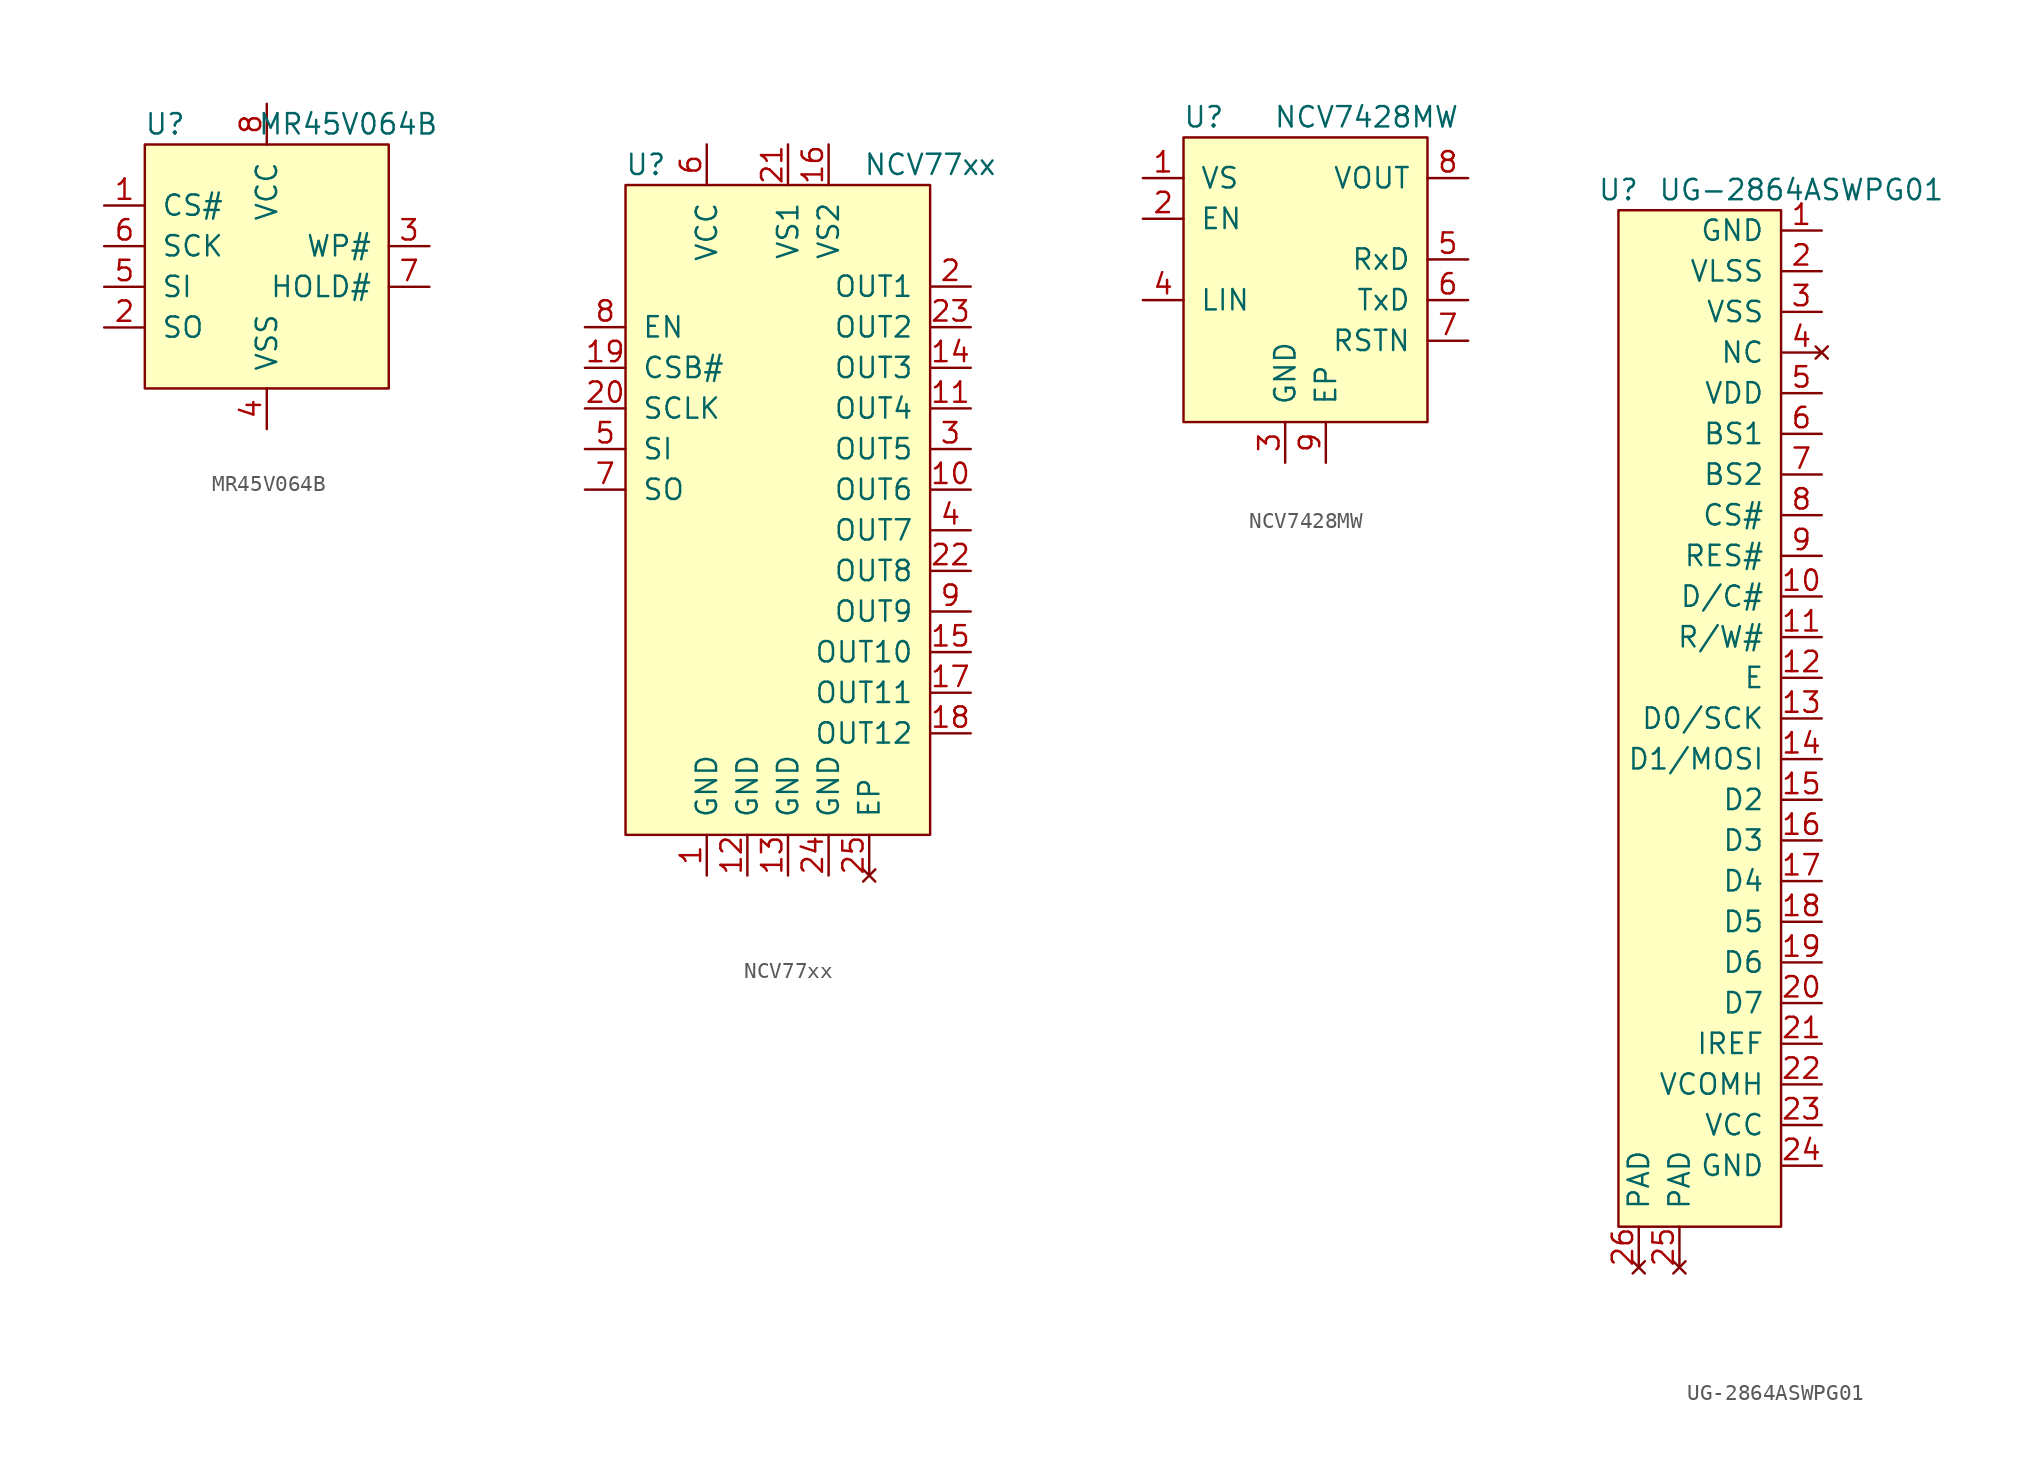
<source format=kicad_sym>
(kicad_symbol_lib
  (version 20211014)
  (generator kicad_symbol_editor)
  (symbol "MR45V064B"
    (pin_names
      (offset 1.016))
    (property "Reference" "U"
      (at -6.35 8.89 0)
      (effects (font (size 1.27 1.27))))
    (property "Value" "MR45V064B"
      (at 5.08 8.89 0)
      (effects (font (size 1.27 1.27))))
    (symbol "MR45V064B_0_1"
      (rectangle (start -7.62 7.62) (end 7.62 -7.62) (stroke (width 0) (type default) (color 0 0 0 0)) (fill (type background))))
    (symbol "MR45V064B_1_1"
      (pin input line (at -10.16 3.81 0) (length 2.54) (name "CS#" (effects (font (size 1.27 1.27)))) (number "1" (effects (font (size 1.27 1.27)))))
      (pin output line (at -10.16 -3.81 0) (length 2.54) (name "SO" (effects (font (size 1.27 1.27)))) (number "2" (effects (font (size 1.27 1.27)))))
      (pin input line (at 10.16 1.27 180) (length 2.54) (name "WP#" (effects (font (size 1.27 1.27)))) (number "3" (effects (font (size 1.27 1.27)))))
      (pin power_in line (at 0 -10.16 90) (length 2.54) (name "VSS" (effects (font (size 1.27 1.27)))) (number "4" (effects (font (size 1.27 1.27)))))
      (pin input line (at -10.16 -1.27 0) (length 2.54) (name "SI" (effects (font (size 1.27 1.27)))) (number "5" (effects (font (size 1.27 1.27)))))
      (pin input line (at -10.16 1.27 0) (length 2.54) (name "SCK" (effects (font (size 1.27 1.27)))) (number "6" (effects (font (size 1.27 1.27)))))
      (pin input line (at 10.16 -1.27 180) (length 2.54) (name "HOLD#" (effects (font (size 1.27 1.27)))) (number "7" (effects (font (size 1.27 1.27)))))
      (pin power_in line (at 0 10.16 270) (length 2.54) (name "VCC" (effects (font (size 1.27 1.27)))) (number "8" (effects (font (size 1.27 1.27)))))))
  (symbol "NCV77xx"
    (pin_names
      (offset 1.016))
    (property "Reference" "U"
      (at -8.89 21.59 0)
      (effects (font (size 1.27 1.27))))
    (property "Value" "NCV77xx"
      (at 8.89 21.59 0)
      (effects (font (size 1.27 1.27))))
    (symbol "NCV77xx_0_1"
      (rectangle (start -10.16 20.32) (end 8.89 -20.32) (stroke (width 0) (type default) (color 0 0 0 0)) (fill (type background))))
    (symbol "NCV77xx_1_1"
      (pin power_in line (at -5.08 -22.86 90) (length 2.54) (name "GND" (effects (font (size 1.27 1.27)))) (number "1" (effects (font (size 1.27 1.27)))))
      (pin output line (at 11.43 1.27 180) (length 2.54) (name "OUT6" (effects (font (size 1.27 1.27)))) (number "10" (effects (font (size 1.27 1.27)))))
      (pin output line (at 11.43 6.35 180) (length 2.54) (name "OUT4" (effects (font (size 1.27 1.27)))) (number "11" (effects (font (size 1.27 1.27)))))
      (pin power_in line (at -2.54 -22.86 90) (length 2.54) (name "GND" (effects (font (size 1.27 1.27)))) (number "12" (effects (font (size 1.27 1.27)))))
      (pin power_in line (at 0 -22.86 90) (length 2.54) (name "GND" (effects (font (size 1.27 1.27)))) (number "13" (effects (font (size 1.27 1.27)))))
      (pin output line (at 11.43 8.89 180) (length 2.54) (name "OUT3" (effects (font (size 1.27 1.27)))) (number "14" (effects (font (size 1.27 1.27)))))
      (pin output line (at 11.43 -8.89 180) (length 2.54) (name "OUT10" (effects (font (size 1.27 1.27)))) (number "15" (effects (font (size 1.27 1.27)))))
      (pin power_in line (at 2.54 22.86 270) (length 2.54) (name "VS2" (effects (font (size 1.27 1.27)))) (number "16" (effects (font (size 1.27 1.27)))))
      (pin output line (at 11.43 -11.43 180) (length 2.54) (name "OUT11" (effects (font (size 1.27 1.27)))) (number "17" (effects (font (size 1.27 1.27)))))
      (pin output line (at 11.43 -13.97 180) (length 2.54) (name "OUT12" (effects (font (size 1.27 1.27)))) (number "18" (effects (font (size 1.27 1.27)))))
      (pin input line (at -12.7 8.89 0) (length 2.54) (name "CSB#" (effects (font (size 1.27 1.27)))) (number "19" (effects (font (size 1.27 1.27)))))
      (pin output line (at 11.43 13.97 180) (length 2.54) (name "OUT1" (effects (font (size 1.27 1.27)))) (number "2" (effects (font (size 1.27 1.27)))))
      (pin input line (at -12.7 6.35 0) (length 2.54) (name "SCLK" (effects (font (size 1.27 1.27)))) (number "20" (effects (font (size 1.27 1.27)))))
      (pin power_in line (at 0 22.86 270) (length 2.54) (name "VS1" (effects (font (size 1.27 1.27)))) (number "21" (effects (font (size 1.27 1.27)))))
      (pin output line (at 11.43 -3.81 180) (length 2.54) (name "OUT8" (effects (font (size 1.27 1.27)))) (number "22" (effects (font (size 1.27 1.27)))))
      (pin output line (at 11.43 11.43 180) (length 2.54) (name "OUT2" (effects (font (size 1.27 1.27)))) (number "23" (effects (font (size 1.27 1.27)))))
      (pin power_in line (at 2.54 -22.86 90) (length 2.54) (name "GND" (effects (font (size 1.27 1.27)))) (number "24" (effects (font (size 1.27 1.27)))))
      (pin no_connect line (at 5.08 -22.86 90) (length 2.54) (name "EP" (effects (font (size 1.27 1.27)))) (number "25" (effects (font (size 1.27 1.27)))))
      (pin output line (at 11.43 3.81 180) (length 2.54) (name "OUT5" (effects (font (size 1.27 1.27)))) (number "3" (effects (font (size 1.27 1.27)))))
      (pin output line (at 11.43 -1.27 180) (length 2.54) (name "OUT7" (effects (font (size 1.27 1.27)))) (number "4" (effects (font (size 1.27 1.27)))))
      (pin input line (at -12.7 3.81 0) (length 2.54) (name "SI" (effects (font (size 1.27 1.27)))) (number "5" (effects (font (size 1.27 1.27)))))
      (pin power_in line (at -5.08 22.86 270) (length 2.54) (name "VCC" (effects (font (size 1.27 1.27)))) (number "6" (effects (font (size 1.27 1.27)))))
      (pin output line (at -12.7 1.27 0) (length 2.54) (name "SO" (effects (font (size 1.27 1.27)))) (number "7" (effects (font (size 1.27 1.27)))))
      (pin input line (at -12.7 11.43 0) (length 2.54) (name "EN" (effects (font (size 1.27 1.27)))) (number "8" (effects (font (size 1.27 1.27)))))
      (pin output line (at 11.43 -6.35 180) (length 2.54) (name "OUT9" (effects (font (size 1.27 1.27)))) (number "9" (effects (font (size 1.27 1.27)))))))
  (symbol "NCV7428MW"
    (pin_names
      (offset 1.016))
    (property "Reference" "U"
      (at -6.35 11.43 0)
      (effects (font (size 1.27 1.27))))
    (property "Value" "NCV7428MW"
      (at 3.81 11.43 0)
      (effects (font (size 1.27 1.27))))
    (symbol "NCV7428MW_0_1"
      (rectangle (start -7.62 10.16) (end 7.62 -7.62) (stroke (width 0) (type default) (color 0 0 0 0)) (fill (type background))))
    (symbol "NCV7428MW_1_1"
      (pin power_in line (at -10.16 7.62 0) (length 2.54) (name "VS" (effects (font (size 1.27 1.27)))) (number "1" (effects (font (size 1.27 1.27)))))
      (pin input line (at -10.16 5.08 0) (length 2.54) (name "EN" (effects (font (size 1.27 1.27)))) (number "2" (effects (font (size 1.27 1.27)))))
      (pin power_in line (at -1.27 -10.16 90) (length 2.54) (name "GND" (effects (font (size 1.27 1.27)))) (number "3" (effects (font (size 1.27 1.27)))))
      (pin bidirectional line (at -10.16 0 0) (length 2.54) (name "LIN" (effects (font (size 1.27 1.27)))) (number "4" (effects (font (size 1.27 1.27)))))
      (pin output line (at 10.16 2.54 180) (length 2.54) (name "RxD" (effects (font (size 1.27 1.27)))) (number "5" (effects (font (size 1.27 1.27)))))
      (pin input line (at 10.16 0 180) (length 2.54) (name "TxD" (effects (font (size 1.27 1.27)))) (number "6" (effects (font (size 1.27 1.27)))))
      (pin open_collector line (at 10.16 -2.54 180) (length 2.54) (name "RSTN" (effects (font (size 1.27 1.27)))) (number "7" (effects (font (size 1.27 1.27)))))
      (pin power_in line (at 10.16 7.62 180) (length 2.54) (name "VOUT" (effects (font (size 1.27 1.27)))) (number "8" (effects (font (size 1.27 1.27)))))
      (pin free line (at 1.27 -10.16 90) (length 2.54) (name "EP" (effects (font (size 1.27 1.27)))) (number "9" (effects (font (size 1.27 1.27)))))))
  (symbol "UG-2864ASWPG01"
    (pin_names
      (offset 1.016))
    (property "Reference" "U"
      (at -10.16 33.02 0)
      (effects (font (size 1.27 1.27))))
    (property "Value" "UG-2864ASWPG01"
      (at 1.27 33.02 0)
      (effects (font (size 1.27 1.27))))
    (symbol "UG-2864ASWPG01_0_1"
      (rectangle (start -10.16 -31.75) (end 0 31.75) (stroke (width 0) (type default) (color 0 0 0 0)) (fill (type background))))
    (symbol "UG-2864ASWPG01_1_1"
      (pin power_in line (at 2.54 30.48 180) (length 2.54) (name "GND" (effects (font (size 1.27 1.27)))) (number "1" (effects (font (size 1.27 1.27)))))
      (pin input line (at 2.54 7.62 180) (length 2.54) (name "D/C#" (effects (font (size 1.27 1.27)))) (number "10" (effects (font (size 1.27 1.27)))))
      (pin input line (at 2.54 5.08 180) (length 2.54) (name "R/W#" (effects (font (size 1.27 1.27)))) (number "11" (effects (font (size 1.27 1.27)))))
      (pin input line (at 2.54 2.54 180) (length 2.54) (name "E" (effects (font (size 1.27 1.27)))) (number "12" (effects (font (size 1.27 1.27)))))
      (pin input line (at 2.54 0 180) (length 2.54) (name "D0/SCK" (effects (font (size 1.27 1.27)))) (number "13" (effects (font (size 1.27 1.27)))))
      (pin input line (at 2.54 -2.54 180) (length 2.54) (name "D1/MOSI" (effects (font (size 1.27 1.27)))) (number "14" (effects (font (size 1.27 1.27)))))
      (pin input line (at 2.54 -5.08 180) (length 2.54) (name "D2" (effects (font (size 1.27 1.27)))) (number "15" (effects (font (size 1.27 1.27)))))
      (pin input line (at 2.54 -7.62 180) (length 2.54) (name "D3" (effects (font (size 1.27 1.27)))) (number "16" (effects (font (size 1.27 1.27)))))
      (pin input line (at 2.54 -10.16 180) (length 2.54) (name "D4" (effects (font (size 1.27 1.27)))) (number "17" (effects (font (size 1.27 1.27)))))
      (pin input line (at 2.54 -12.7 180) (length 2.54) (name "D5" (effects (font (size 1.27 1.27)))) (number "18" (effects (font (size 1.27 1.27)))))
      (pin input line (at 2.54 -15.24 180) (length 2.54) (name "D6" (effects (font (size 1.27 1.27)))) (number "19" (effects (font (size 1.27 1.27)))))
      (pin power_in line (at 2.54 27.94 180) (length 2.54) (name "VLSS" (effects (font (size 1.27 1.27)))) (number "2" (effects (font (size 1.27 1.27)))))
      (pin input line (at 2.54 -17.78 180) (length 2.54) (name "D7" (effects (font (size 1.27 1.27)))) (number "20" (effects (font (size 1.27 1.27)))))
      (pin input line (at 2.54 -20.32 180) (length 2.54) (name "IREF" (effects (font (size 1.27 1.27)))) (number "21" (effects (font (size 1.27 1.27)))))
      (pin input line (at 2.54 -22.86 180) (length 2.54) (name "VCOMH" (effects (font (size 1.27 1.27)))) (number "22" (effects (font (size 1.27 1.27)))))
      (pin power_in line (at 2.54 -25.4 180) (length 2.54) (name "VCC" (effects (font (size 1.27 1.27)))) (number "23" (effects (font (size 1.27 1.27)))))
      (pin power_in line (at 2.54 -27.94 180) (length 2.54) (name "GND" (effects (font (size 1.27 1.27)))) (number "24" (effects (font (size 1.27 1.27)))))
      (pin no_connect line (at -6.35 -34.29 90) (length 2.54) (name "PAD" (effects (font (size 1.27 1.27)))) (number "25" (effects (font (size 1.27 1.27)))))
      (pin no_connect line (at -8.89 -34.29 90) (length 2.54) (name "PAD" (effects (font (size 1.27 1.27)))) (number "26" (effects (font (size 1.27 1.27)))))
      (pin power_in line (at 2.54 25.4 180) (length 2.54) (name "VSS" (effects (font (size 1.27 1.27)))) (number "3" (effects (font (size 1.27 1.27)))))
      (pin no_connect line (at 2.54 22.86 180) (length 2.54) (name "NC" (effects (font (size 1.27 1.27)))) (number "4" (effects (font (size 1.27 1.27)))))
      (pin power_in line (at 2.54 20.32 180) (length 2.54) (name "VDD" (effects (font (size 1.27 1.27)))) (number "5" (effects (font (size 1.27 1.27)))))
      (pin input line (at 2.54 17.78 180) (length 2.54) (name "BS1" (effects (font (size 1.27 1.27)))) (number "6" (effects (font (size 1.27 1.27)))))
      (pin input line (at 2.54 15.24 180) (length 2.54) (name "BS2" (effects (font (size 1.27 1.27)))) (number "7" (effects (font (size 1.27 1.27)))))
      (pin input line (at 2.54 12.7 180) (length 2.54) (name "CS#" (effects (font (size 1.27 1.27)))) (number "8" (effects (font (size 1.27 1.27)))))
      (pin input line (at 2.54 10.16 180) (length 2.54) (name "RES#" (effects (font (size 1.27 1.27)))) (number "9" (effects (font (size 1.27 1.27))))))))
</source>
